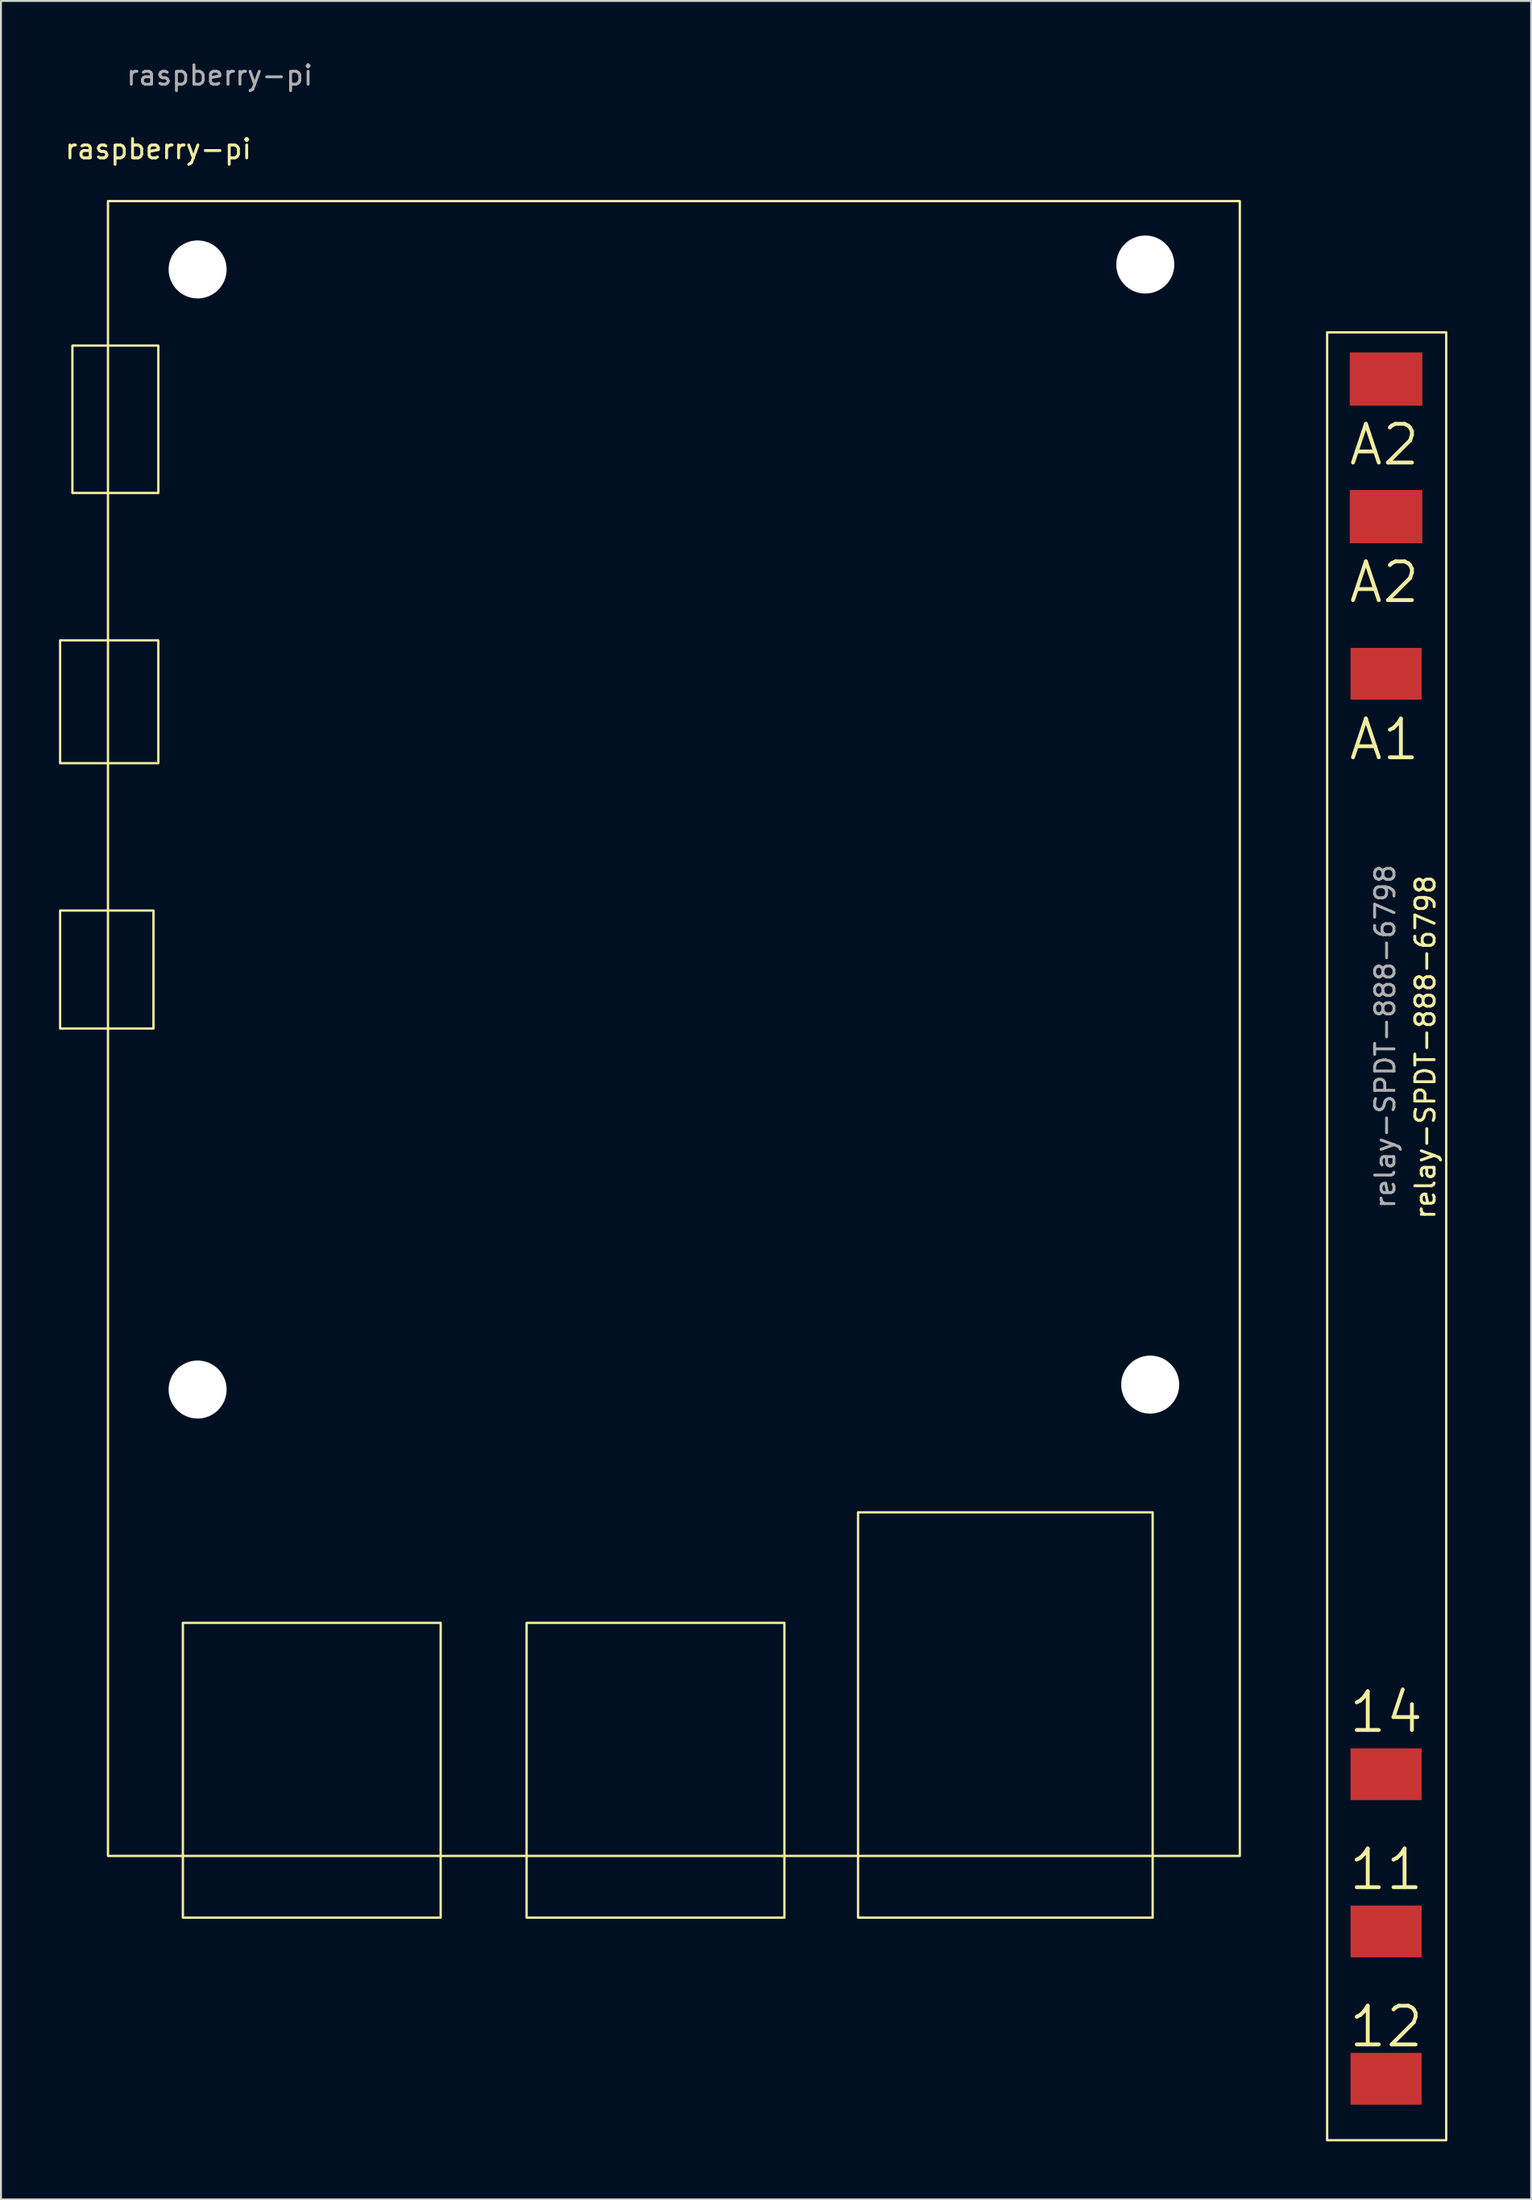
<source format=kicad_pcb>
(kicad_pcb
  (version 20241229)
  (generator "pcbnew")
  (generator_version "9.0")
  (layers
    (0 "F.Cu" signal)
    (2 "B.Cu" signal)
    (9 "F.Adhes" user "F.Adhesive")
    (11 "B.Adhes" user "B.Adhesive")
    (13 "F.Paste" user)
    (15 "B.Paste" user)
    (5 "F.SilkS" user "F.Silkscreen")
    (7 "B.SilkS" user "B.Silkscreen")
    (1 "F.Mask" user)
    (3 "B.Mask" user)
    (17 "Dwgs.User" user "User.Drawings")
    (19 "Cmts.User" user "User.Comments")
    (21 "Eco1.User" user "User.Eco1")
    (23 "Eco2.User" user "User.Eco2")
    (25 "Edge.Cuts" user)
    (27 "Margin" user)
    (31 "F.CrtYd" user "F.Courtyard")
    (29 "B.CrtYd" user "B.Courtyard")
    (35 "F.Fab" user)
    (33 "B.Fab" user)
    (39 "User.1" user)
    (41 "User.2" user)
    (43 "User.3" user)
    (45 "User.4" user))
  (footprint "raspberry-pi"
    (layer "F.Cu")
    (at 31.81 49.743)
    (property "Reference" "raspberry-pi" (at -26.67 -45.085 0) (layer "F.SilkS") (effects (font (size 1 1) (thickness 0.15))))
    (attr smd)
    (fp_rect (start -31.75 -19.685) (end -26.67 -13.335) (stroke (width 0.12) (type default)) (fill no) (layer "F.SilkS"))
    (fp_rect (start -31.75 -5.715) (end -26.921 0.384) (stroke (width 0.12) (type default)) (fill no) (layer "F.SilkS"))
    (fp_rect (start -31.115 -34.925) (end -26.67 -27.305) (stroke (width 0.12) (type default)) (fill no) (layer "F.SilkS"))
    (fp_rect (start -29.274 -42.396) (end 29.274 43.164) (stroke (width 0.12) (type default)) (fill no) (layer "F.SilkS"))
    (fp_rect (start -25.4 31.115) (end -12.065 46.355) (stroke (width 0.12) (type default)) (fill no) (layer "F.SilkS"))
    (fp_rect (start -7.62 31.115) (end 5.715 46.355) (stroke (width 0.12) (type default)) (fill no) (layer "F.SilkS"))
    (fp_rect (start 9.525 25.4) (end 24.765 46.355) (stroke (width 0.12) (type default)) (fill no) (layer "F.SilkS"))
    (fp_text user "${REFERENCE}" (at -23.495 -48.895 0) (layer "F.Fab") (effects (font (size 1 1) (thickness 0.15))))
    (pad "" np_thru_hole circle (at -24.638 -38.862) (size 3 3) (drill 3) (layers "*.Cu" "*.Mask"))
    (pad "" np_thru_hole circle (at -24.638 19.05) (size 3 3) (drill 3) (layers "*.Cu" "*.Mask"))
    (pad "" np_thru_hole circle (at 24.384 -39.116) (size 3 3) (drill 3) (layers "*.Cu" "*.Mask"))
    (pad "" np_thru_hole circle (at 24.638 18.796) (size 3 3) (drill 3) (layers "*.Cu" "*.Mask")))
  (footprint "relay-SPDT-888-6798"
    (layer "F.Cu")
    (at 68.649 23.659)
    (property "Reference" "relay-SPDT-888-6798" (at 2.032 27.432 90) (unlocked yes) (layer "F.SilkS") (effects (font (size 1 1) (thickness 0.15))))
    (attr smd)
    (fp_rect (start -3.048 -9.525) (end 3.111 83.947) (stroke (width 0.12) (type default)) (fill no) (layer "F.SilkS"))
    (fp_rect (start -4.445 21.59) (end 4.445 55.245) (stroke (width 0.12) (type default)) (fill no) (layer "User.5"))
    (fp_text user "14" (at -2.032 62.992 0) (unlocked yes) (layer "F.SilkS") (effects (font (size 2 2) (thickness 0.2)) (justify left bottom)))
    (fp_text user "A1" (at -2.032 12.7 0) (unlocked yes) (layer "F.SilkS") (effects (font (size 2 2) (thickness 0.2)) (justify left bottom)))
    (fp_text user "A2" (at -2.032 4.572 0) (unlocked yes) (layer "F.SilkS") (effects (font (size 2 2) (thickness 0.2)) (justify left bottom)))
    (fp_text user "A2" (at -2.032 -2.54 0) (unlocked yes) (layer "F.SilkS") (effects (font (size 2 2) (thickness 0.2)) (justify left bottom)))
    (fp_text user "11" (at -2.032 71.12 0) (unlocked yes) (layer "F.SilkS") (effects (font (size 2 2) (thickness 0.2)) (justify left bottom)))
    (fp_text user "12" (at -2.032 79.248 0) (unlocked yes) (layer "F.SilkS") (effects (font (size 2 2) (thickness 0.2)) (justify left bottom)))
    (fp_text user "${REFERENCE}" (at -0.047 26.878 90) (layer "F.Fab") (effects (font (size 1 1) (thickness 0.15))))
    (dimension (type aligned) (layer "User.1") (pts (xy 65.601 14.134) (xy 71.697 14.134)) (height -12.136) (format (prefix "") (suffix "") (units 3) (units_format 1) (precision 4)) (style (thickness 0.12) (arrow_length 1.27) (text_position_mode 0) (arrow_direction outward) (extension_height 0.586) (extension_offset 0.5) (keep_text_aligned yes)) (gr_text "6.0960 mm" (at 68.649 0.848 0) (layer "User.1") (effects (font (size 1 1) (thickness 0.15)))))
    (pad "11" smd rect (at 0 73.152) (size 3.678 2.678) (layers "F.Cu" "F.Mask" "F.Paste"))
    (pad "12" smd rect (at 0 80.772) (size 3.678 2.678) (layers "F.Cu" "F.Mask" "F.Paste"))
    (pad "14" smd rect (at 0 65.024) (size 3.678 2.678) (layers "F.Cu" "F.Mask" "F.Paste"))
    (pad "A1" smd rect (at 0 8.128) (size 3.678 2.678) (layers "F.Cu" "F.Mask" "F.Paste"))
    (pad "A2" smd rect (at 0 -7.112) (size 3.754 2.754) (layers "F.Cu" "F.Mask" "F.Paste"))
    (pad "A2" smd rect (at 0 0) (size 3.754 2.754) (layers "F.Cu" "F.Mask" "F.Paste")))
  (gr_rect
    (start -3 -3)
    (end 76.154 110.666)
    (stroke (width 0.1) (type default))
    (fill no)
    (layer "Edge.Cuts")))
</source>
